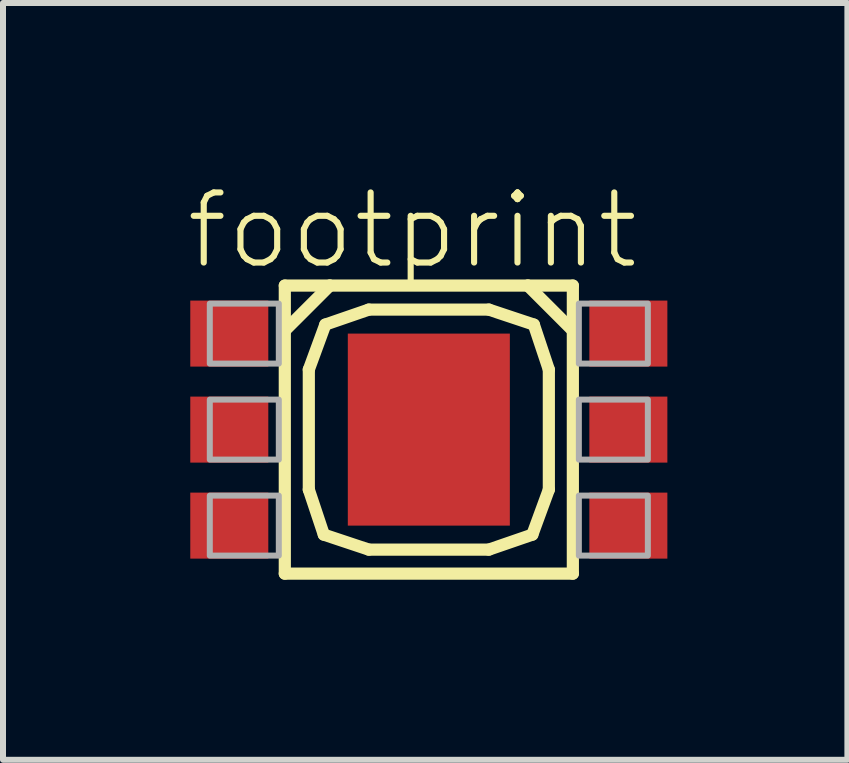
<source format=kicad_pcb>
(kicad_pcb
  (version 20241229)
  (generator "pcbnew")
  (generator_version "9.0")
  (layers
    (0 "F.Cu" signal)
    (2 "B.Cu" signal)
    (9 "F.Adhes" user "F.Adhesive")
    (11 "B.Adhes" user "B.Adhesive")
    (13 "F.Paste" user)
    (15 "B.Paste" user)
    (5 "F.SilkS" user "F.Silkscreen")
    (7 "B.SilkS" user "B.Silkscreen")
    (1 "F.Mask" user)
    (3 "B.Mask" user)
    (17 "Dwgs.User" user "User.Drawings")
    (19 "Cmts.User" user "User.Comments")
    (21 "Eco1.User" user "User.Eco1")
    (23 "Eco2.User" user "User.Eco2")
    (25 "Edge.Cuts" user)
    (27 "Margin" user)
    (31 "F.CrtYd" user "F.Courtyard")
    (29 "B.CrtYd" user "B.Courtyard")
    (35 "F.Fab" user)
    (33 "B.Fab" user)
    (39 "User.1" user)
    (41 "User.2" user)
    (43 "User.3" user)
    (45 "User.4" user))
  (footprint "footprint"
    (layer "F.Cu")
    (at 4.096 4.109)
    (property "Reference" "footprint" (at -4.096 -2.636 0) (layer "F.SilkS") (effects (font (size 1.168 1.168) (thickness 0.102)) (justify left bottom)))
    (fp_line (start -2.4 -2.4) (end -2.4 -1.65) (stroke (width 0.203) (type solid)) (layer "F.SilkS"))
    (fp_line (start -2.4 -1.65) (end -2.4 2.4) (stroke (width 0.203) (type solid)) (layer "F.SilkS"))
    (fp_line (start -2.4 -1.65) (end -1.65 -2.4) (stroke (width 0.203) (type solid)) (layer "F.SilkS"))
    (fp_line (start -2.4 2.4) (end 2.4 2.4) (stroke (width 0.203) (type solid)) (layer "F.SilkS"))
    (fp_line (start -2 -1) (end -1.725 -1.75) (stroke (width 0.203) (type solid)) (layer "F.SilkS"))
    (fp_line (start -2 1) (end -2 -1) (stroke (width 0.203) (type solid)) (layer "F.SilkS"))
    (fp_line (start -1.75 1.75) (end -2 1) (stroke (width 0.203) (type solid)) (layer "F.SilkS"))
    (fp_line (start -1.725 -1.75) (end -1 -2) (stroke (width 0.203) (type solid)) (layer "F.SilkS"))
    (fp_line (start -1.65 -2.4) (end -2.4 -2.4) (stroke (width 0.203) (type solid)) (layer "F.SilkS"))
    (fp_line (start -1 -2) (end 1 -2) (stroke (width 0.203) (type solid)) (layer "F.SilkS"))
    (fp_line (start -1 2) (end -1.75 1.75) (stroke (width 0.203) (type solid)) (layer "F.SilkS"))
    (fp_line (start 1 -2) (end 1.75 -1.75) (stroke (width 0.203) (type solid)) (layer "F.SilkS"))
    (fp_line (start 1 2) (end -1 2) (stroke (width 0.203) (type solid)) (layer "F.SilkS"))
    (fp_line (start 1.65 -2.4) (end -1.65 -2.4) (stroke (width 0.203) (type solid)) (layer "F.SilkS"))
    (fp_line (start 1.65 -2.4) (end 2.4 -1.65) (stroke (width 0.203) (type solid)) (layer "F.SilkS"))
    (fp_line (start 1.725 1.75) (end 1 2) (stroke (width 0.203) (type solid)) (layer "F.SilkS"))
    (fp_line (start 1.75 -1.75) (end 2 -1) (stroke (width 0.203) (type solid)) (layer "F.SilkS"))
    (fp_line (start 2 -1) (end 2 1) (stroke (width 0.203) (type solid)) (layer "F.SilkS"))
    (fp_line (start 2 1) (end 1.725 1.75) (stroke (width 0.203) (type solid)) (layer "F.SilkS"))
    (fp_line (start 2.4 -2.4) (end 1.65 -2.4) (stroke (width 0.203) (type solid)) (layer "F.SilkS"))
    (fp_line (start 2.4 -1.65) (end 2.4 -2.4) (stroke (width 0.203) (type solid)) (layer "F.SilkS"))
    (fp_line (start 2.4 2.4) (end 2.4 -1.65) (stroke (width 0.203) (type solid)) (layer "F.SilkS"))
    (fp_poly (pts (xy -3.65 -1.1) (xy -2.5 -1.1) (xy -2.5 -2.1) (xy -3.65 -2.1)) (stroke (width 0.1) (type solid)) (fill no) (layer "F.Fab"))
    (fp_poly (pts (xy -3.65 0.5) (xy -2.5 0.5) (xy -2.5 -0.5) (xy -3.65 -0.5)) (stroke (width 0.1) (type solid)) (fill no) (layer "F.Fab"))
    (fp_poly (pts (xy -3.65 2.1) (xy -2.5 2.1) (xy -2.5 1.1) (xy -3.65 1.1)) (stroke (width 0.1) (type solid)) (fill no) (layer "F.Fab"))
    (fp_poly (pts (xy 3.65 -2.1) (xy 2.5 -2.1) (xy 2.5 -1.1) (xy 3.65 -1.1)) (stroke (width 0.1) (type solid)) (fill no) (layer "F.Fab"))
    (fp_poly (pts (xy 3.65 -0.5) (xy 2.5 -0.5) (xy 2.5 0.5) (xy 3.65 0.5)) (stroke (width 0.1) (type solid)) (fill no) (layer "F.Fab"))
    (fp_poly (pts (xy 3.65 1.1) (xy 2.5 1.1) (xy 2.5 2.1) (xy 3.65 2.1)) (stroke (width 0.1) (type solid)) (fill no) (layer "F.Fab"))
    (pad "1" smd rect (at -3.325 -1.6) (size 1.3 1.1) (layers "F.Cu" "F.Mask" "F.Paste"))
    (pad "2" smd rect (at -3.325 0) (size 1.3 1.1) (layers "F.Cu" "F.Mask" "F.Paste"))
    (pad "3" smd rect (at -3.325 1.6) (size 1.3 1.1) (layers "F.Cu" "F.Mask" "F.Paste"))
    (pad "4" smd rect (at 3.325 1.6 180) (size 1.3 1.1) (layers "F.Cu" "F.Mask" "F.Paste"))
    (pad "5" smd rect (at 3.325 0 180) (size 1.3 1.1) (layers "F.Cu" "F.Mask" "F.Paste"))
    (pad "6" smd rect (at 3.325 -1.6 180) (size 1.3 1.1) (layers "F.Cu" "F.Mask" "F.Paste"))
    (pad "HT" smd rect (at 0 0) (size 2.7 3.2) (layers "F.Cu" "F.Mask" "F.Paste")))
  (gr_rect
    (start -3 -3)
    (end 11.071 9.611)
    (stroke (width 0.1) (type default))
    (fill no)
    (layer "Edge.Cuts")))
</source>
